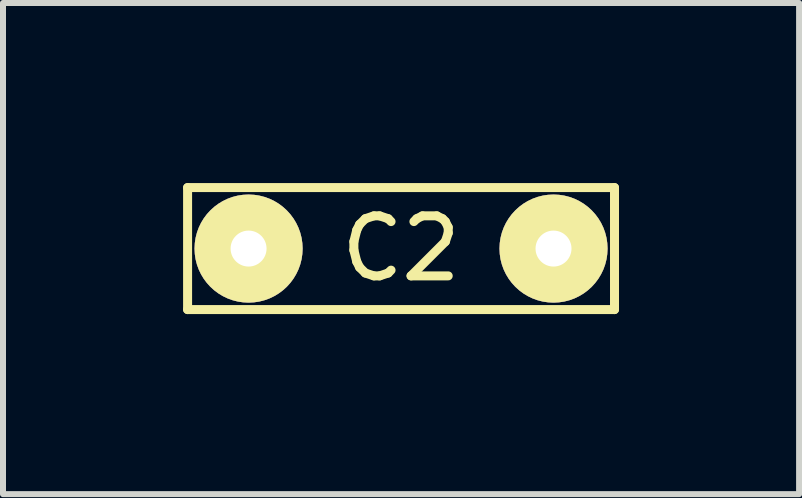
<source format=kicad_pcb>
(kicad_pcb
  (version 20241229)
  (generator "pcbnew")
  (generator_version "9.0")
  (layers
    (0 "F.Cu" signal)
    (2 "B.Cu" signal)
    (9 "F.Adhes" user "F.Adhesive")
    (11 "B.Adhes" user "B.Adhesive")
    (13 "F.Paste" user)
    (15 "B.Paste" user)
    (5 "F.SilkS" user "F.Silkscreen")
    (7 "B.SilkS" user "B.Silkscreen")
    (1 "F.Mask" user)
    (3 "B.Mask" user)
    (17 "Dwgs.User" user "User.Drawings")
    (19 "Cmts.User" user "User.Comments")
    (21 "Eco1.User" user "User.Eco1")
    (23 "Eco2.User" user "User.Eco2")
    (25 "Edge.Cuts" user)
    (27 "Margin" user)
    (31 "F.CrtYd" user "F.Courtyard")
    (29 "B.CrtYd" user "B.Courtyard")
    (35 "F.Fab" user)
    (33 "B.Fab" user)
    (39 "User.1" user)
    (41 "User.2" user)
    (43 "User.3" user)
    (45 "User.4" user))
  (footprint "C2"
    (layer "F.Cu")
    (at 3.631 1.091)
    (property "Reference" "C2" (at 0 0 0) (layer "F.SilkS") (effects (font (size 1 1) (thickness 0.15))))
    (attr through_hole)
    (fp_line (start -3.556 -1.016) (end 3.556 -1.016) (stroke (width 0.15) (type solid)) (layer "F.SilkS"))
    (fp_line (start -3.556 1.016) (end -3.556 -1.016) (stroke (width 0.15) (type solid)) (layer "F.SilkS"))
    (fp_line (start 3.556 -1.016) (end 3.556 1.016) (stroke (width 0.15) (type solid)) (layer "F.SilkS"))
    (fp_line (start 3.556 1.016) (end -3.556 1.016) (stroke (width 0.15) (type solid)) (layer "F.SilkS"))
    (pad "1" thru_hole circle (at -2.54 0) (size 1.801 1.801) (drill 0.599) (layers "*.Cu" "*.Mask" "F.SilkS"))
    (pad "2" thru_hole circle (at 2.54 0) (size 1.801 1.801) (drill 0.599) (layers "*.Cu" "*.Mask" "F.SilkS")))
  (gr_rect
    (start -3 -3)
    (end 10.262 5.182)
    (stroke (width 0.1) (type default))
    (fill no)
    (layer "Edge.Cuts")))
</source>
